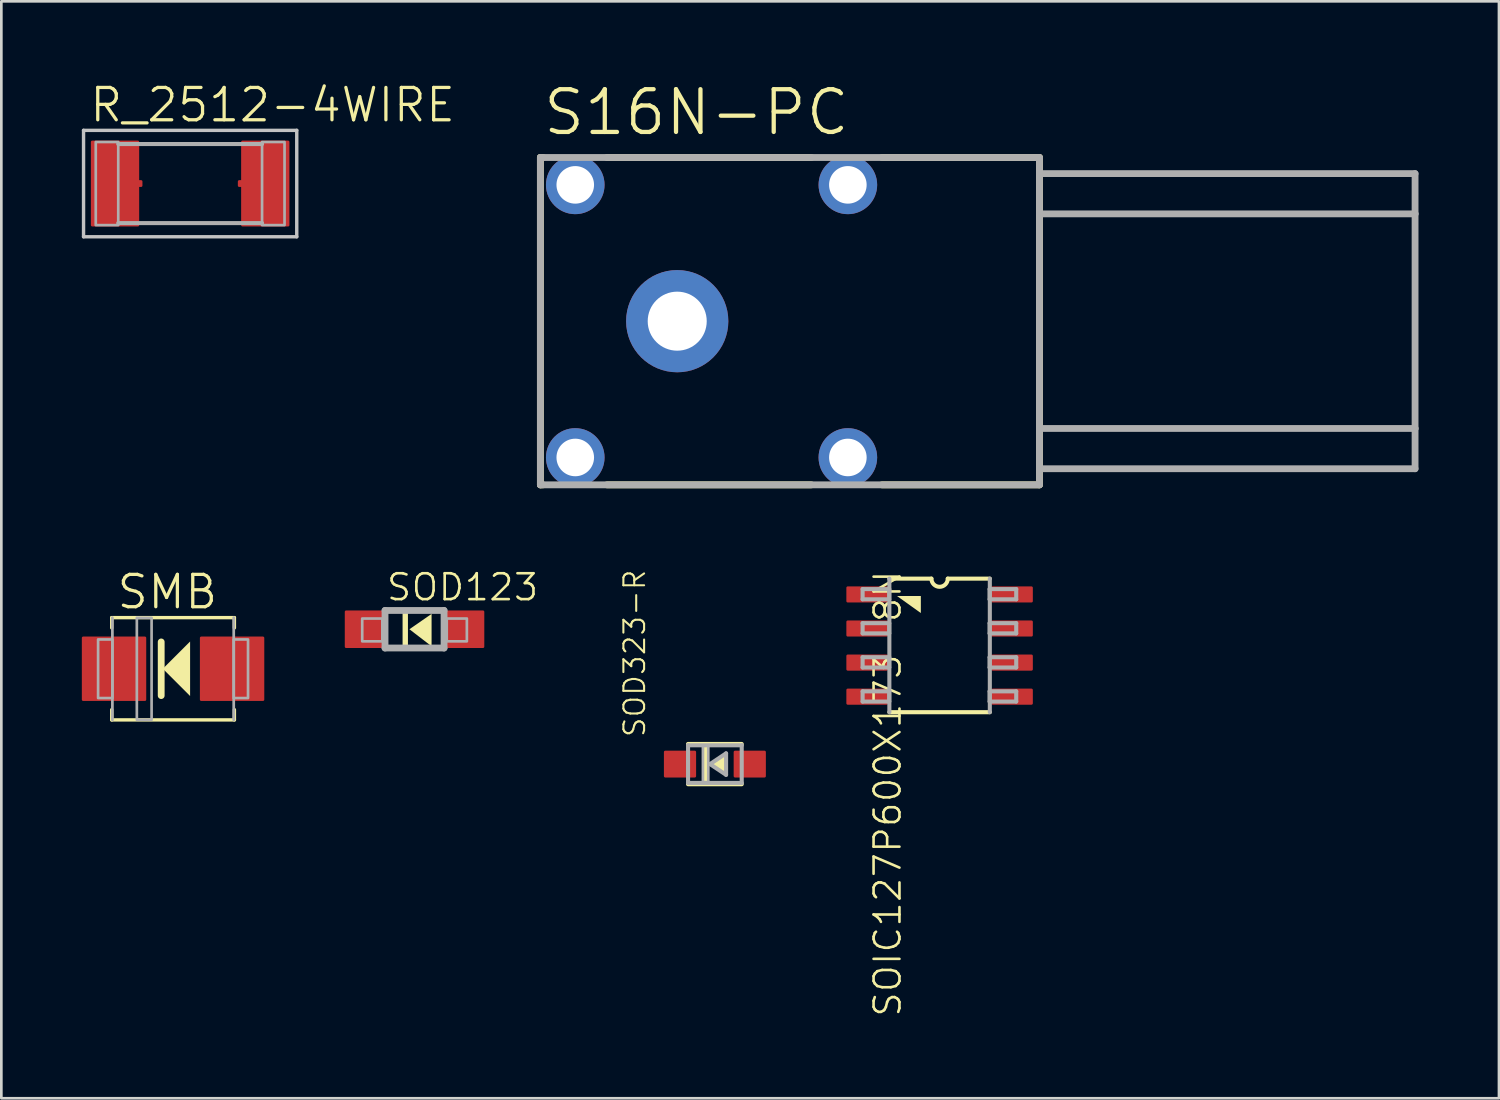
<source format=kicad_pcb>
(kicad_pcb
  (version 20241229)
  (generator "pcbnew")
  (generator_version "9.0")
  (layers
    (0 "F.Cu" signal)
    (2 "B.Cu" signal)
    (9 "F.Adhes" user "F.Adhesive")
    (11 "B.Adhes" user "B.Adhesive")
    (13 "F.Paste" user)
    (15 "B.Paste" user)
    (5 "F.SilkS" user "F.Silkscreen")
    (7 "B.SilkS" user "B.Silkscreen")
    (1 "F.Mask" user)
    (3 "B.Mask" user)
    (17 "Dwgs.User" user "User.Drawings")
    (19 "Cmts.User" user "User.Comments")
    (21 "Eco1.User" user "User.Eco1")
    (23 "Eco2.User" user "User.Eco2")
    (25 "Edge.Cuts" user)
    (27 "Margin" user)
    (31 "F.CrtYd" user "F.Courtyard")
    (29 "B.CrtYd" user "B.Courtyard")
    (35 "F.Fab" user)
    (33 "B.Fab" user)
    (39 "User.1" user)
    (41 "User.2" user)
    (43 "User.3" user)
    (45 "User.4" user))
  (footprint "SMB"
    (layer "F.Cu")
    (at 3.4 21.875)
    (property "Reference" "SMB" (at -2.159 -2.159 180) (layer "F.SilkS") (effects (font (size 1.206 1.206) (thickness 0.121)) (justify left bottom)))
    (attr through_hole)
    (fp_line (start -2.286 -1.905) (end -2.286 -1.524) (stroke (width 0.127) (type solid)) (layer "F.SilkS"))
    (fp_line (start -2.286 -1.905) (end 2.286 -1.905) (stroke (width 0.127) (type solid)) (layer "F.SilkS"))
    (fp_line (start -2.286 1.524) (end -2.286 1.905) (stroke (width 0.127) (type solid)) (layer "F.SilkS"))
    (fp_line (start -2.286 1.905) (end 2.286 1.905) (stroke (width 0.127) (type solid)) (layer "F.SilkS"))
    (fp_line (start -0.442 1) (end -0.442 -1) (stroke (width 0.254) (type solid)) (layer "F.SilkS"))
    (fp_line (start 2.286 -1.905) (end 2.286 -1.524) (stroke (width 0.127) (type solid)) (layer "F.SilkS"))
    (fp_line (start 2.286 1.524) (end 2.286 1.905) (stroke (width 0.127) (type solid)) (layer "F.SilkS"))
    (fp_poly (pts (xy -0.381 0) (xy 0.635 -1.016) (xy 0.635 1.016)) (stroke (width 0) (type solid)) (fill yes) (layer "F.SilkS"))
    (fp_line (start -2.261 1.905) (end -2.261 -1.905) (stroke (width 0.102) (type solid)) (layer "F.Fab"))
    (fp_line (start 2.261 1.905) (end 2.261 -1.905) (stroke (width 0.102) (type solid)) (layer "F.Fab"))
    (fp_poly (pts (xy -2.794 1.092) (xy -2.261 1.092) (xy -2.261 -1.092) (xy -2.794 -1.092)) (stroke (width 0.1) (type solid)) (fill no) (layer "F.Fab"))
    (fp_poly (pts (xy -1.35 1.9) (xy -0.8 1.9) (xy -0.8 -1.9) (xy -1.35 -1.9)) (stroke (width 0.1) (type solid)) (fill no) (layer "F.Fab"))
    (fp_poly (pts (xy 2.261 1.092) (xy 2.794 1.092) (xy 2.794 -1.092) (xy 2.261 -1.092)) (stroke (width 0.1) (type solid)) (fill no) (layer "F.Fab"))
    (pad "A" smd roundrect (at 2.2 0) (size 2.4 2.4) (layers "F.Cu" "F.Mask" "F.Paste") (roundrect_rratio 0.021))
    (pad "C" smd roundrect (at -2.2 0) (size 2.4 2.4) (layers "F.Cu" "F.Mask" "F.Paste") (roundrect_rratio 0.021)))
  (footprint "SOIC127P600X173-8N"
    (layer "F.Cu")
    (at 31.969 21.005)
    (property "Reference" "SOIC127P600X173-8N" (at -2.502 -2.857 270) (layer "F.SilkS") (effects (font (size 0.965 0.965) (thickness 0.097)) (justify right top)))
    (attr through_hole)
    (fp_line (start -1.872 2.489) (end 1.872 2.489) (stroke (width 0.152) (type solid)) (layer "F.SilkS"))
    (fp_line (start -0.305 -2.489) (end -1.872 -2.489) (stroke (width 0.152) (type solid)) (layer "F.SilkS"))
    (fp_line (start 1.872 -2.489) (end 0.305 -2.489) (stroke (width 0.152) (type solid)) (layer "F.SilkS"))
    (fp_arc (start 0.3048 -2.4892) (mid 0 -2.1844) (end -0.3048 -2.4892) (stroke (width 0.1524) (type solid)) (layer "F.SilkS"))
    (fp_poly (pts (xy -1.587 -1.841) (xy -0.699 -1.841) (xy -0.699 -1.206)) (stroke (width 0) (type solid)) (fill yes) (layer "F.SilkS"))
    (fp_line (start -2.869 -2.099) (end -2.869 -1.718) (stroke (width 0.152) (type solid)) (layer "F.Fab"))
    (fp_line (start -2.869 -1.718) (end -1.878 -1.718) (stroke (width 0.152) (type solid)) (layer "F.Fab"))
    (fp_line (start -2.869 -0.829) (end -2.869 -0.448) (stroke (width 0.152) (type solid)) (layer "F.Fab"))
    (fp_line (start -2.869 -0.448) (end -1.878 -0.448) (stroke (width 0.152) (type solid)) (layer "F.Fab"))
    (fp_line (start -2.869 0.441) (end -2.869 0.822) (stroke (width 0.152) (type solid)) (layer "F.Fab"))
    (fp_line (start -2.869 0.822) (end -1.878 0.822) (stroke (width 0.152) (type solid)) (layer "F.Fab"))
    (fp_line (start -2.869 1.711) (end -2.869 2.092) (stroke (width 0.152) (type solid)) (layer "F.Fab"))
    (fp_line (start -2.869 2.092) (end -1.878 2.092) (stroke (width 0.152) (type solid)) (layer "F.Fab"))
    (fp_line (start -1.878 -2.099) (end -2.869 -2.099) (stroke (width 0.152) (type solid)) (layer "F.Fab"))
    (fp_line (start -1.878 -1.718) (end -1.878 -2.099) (stroke (width 0.152) (type solid)) (layer "F.Fab"))
    (fp_line (start -1.878 -0.829) (end -2.869 -0.829) (stroke (width 0.152) (type solid)) (layer "F.Fab"))
    (fp_line (start -1.878 -0.448) (end -1.878 -0.829) (stroke (width 0.152) (type solid)) (layer "F.Fab"))
    (fp_line (start -1.878 0.441) (end -2.869 0.441) (stroke (width 0.152) (type solid)) (layer "F.Fab"))
    (fp_line (start -1.878 0.822) (end -1.878 0.441) (stroke (width 0.152) (type solid)) (layer "F.Fab"))
    (fp_line (start -1.878 1.711) (end -2.869 1.711) (stroke (width 0.152) (type solid)) (layer "F.Fab"))
    (fp_line (start -1.878 2.092) (end -1.878 1.711) (stroke (width 0.152) (type solid)) (layer "F.Fab"))
    (fp_line (start -1.872 2.489) (end -1.872 -2.489) (stroke (width 0.152) (type solid)) (layer "F.Fab"))
    (fp_line (start 1.865 -2.099) (end 1.865 -1.718) (stroke (width 0.152) (type solid)) (layer "F.Fab"))
    (fp_line (start 1.865 -1.718) (end 2.856 -1.718) (stroke (width 0.152) (type solid)) (layer "F.Fab"))
    (fp_line (start 1.865 -0.829) (end 1.865 -0.448) (stroke (width 0.152) (type solid)) (layer "F.Fab"))
    (fp_line (start 1.865 -0.448) (end 2.856 -0.448) (stroke (width 0.152) (type solid)) (layer "F.Fab"))
    (fp_line (start 1.865 0.441) (end 1.865 0.822) (stroke (width 0.152) (type solid)) (layer "F.Fab"))
    (fp_line (start 1.865 0.822) (end 2.856 0.822) (stroke (width 0.152) (type solid)) (layer "F.Fab"))
    (fp_line (start 1.865 1.711) (end 1.865 2.092) (stroke (width 0.152) (type solid)) (layer "F.Fab"))
    (fp_line (start 1.865 2.092) (end 2.856 2.092) (stroke (width 0.152) (type solid)) (layer "F.Fab"))
    (fp_line (start 1.872 2.489) (end 1.872 -2.489) (stroke (width 0.152) (type solid)) (layer "F.Fab"))
    (fp_line (start 2.856 -2.099) (end 1.865 -2.099) (stroke (width 0.152) (type solid)) (layer "F.Fab"))
    (fp_line (start 2.856 -1.718) (end 2.856 -2.099) (stroke (width 0.152) (type solid)) (layer "F.Fab"))
    (fp_line (start 2.856 -0.829) (end 1.865 -0.829) (stroke (width 0.152) (type solid)) (layer "F.Fab"))
    (fp_line (start 2.856 -0.448) (end 2.856 -0.829) (stroke (width 0.152) (type solid)) (layer "F.Fab"))
    (fp_line (start 2.856 0.441) (end 1.865 0.441) (stroke (width 0.152) (type solid)) (layer "F.Fab"))
    (fp_line (start 2.856 0.822) (end 2.856 0.441) (stroke (width 0.152) (type solid)) (layer "F.Fab"))
    (fp_line (start 2.856 1.711) (end 1.865 1.711) (stroke (width 0.152) (type solid)) (layer "F.Fab"))
    (fp_line (start 2.856 2.092) (end 2.856 1.711) (stroke (width 0.152) (type solid)) (layer "F.Fab"))
    (pad "1" smd roundrect (at -2.7 -1.9) (size 1.55 0.6) (layers "F.Cu" "F.Mask" "F.Paste") (roundrect_rratio 0.085))
    (pad "2" smd roundrect (at -2.7 -0.63) (size 1.55 0.6) (layers "F.Cu" "F.Mask" "F.Paste") (roundrect_rratio 0.085))
    (pad "3" smd roundrect (at -2.7 0.64) (size 1.55 0.6) (layers "F.Cu" "F.Mask" "F.Paste") (roundrect_rratio 0.085))
    (pad "4" smd roundrect (at -2.7 1.91) (size 1.55 0.6) (layers "F.Cu" "F.Mask" "F.Paste") (roundrect_rratio 0.085))
    (pad "5" smd roundrect (at 2.7 1.91) (size 1.55 0.6) (layers "F.Cu" "F.Mask" "F.Paste") (roundrect_rratio 0.085))
    (pad "6" smd roundrect (at 2.7 0.64) (size 1.55 0.6) (layers "F.Cu" "F.Mask" "F.Paste") (roundrect_rratio 0.085))
    (pad "7" smd roundrect (at 2.7 -0.63) (size 1.55 0.6) (layers "F.Cu" "F.Mask" "F.Paste") (roundrect_rratio 0.085))
    (pad "8" smd roundrect (at 2.7 -1.9) (size 1.55 0.6) (layers "F.Cu" "F.Mask" "F.Paste") (roundrect_rratio 0.085)))
  (footprint "R_2512-4WIRE"
    (layer "F.Cu")
    (at 4.037 3.791)
    (property "Reference" "R_2512-4WIRE" (at -3.81 -2.223 180) (layer "F.SilkS") (effects (font (size 1.206 1.206) (thickness 0.121)) (justify left bottom)))
    (attr through_hole)
    (fp_line (start -3.973 -1.983) (end 3.973 -1.983) (stroke (width 0.127) (type solid)) (layer "Dwgs.User"))
    (fp_line (start -3.973 1.983) (end -3.973 -1.983) (stroke (width 0.127) (type solid)) (layer "Dwgs.User"))
    (fp_line (start 3.973 -1.983) (end 3.973 1.983) (stroke (width 0.127) (type solid)) (layer "Dwgs.User"))
    (fp_line (start 3.973 1.983) (end -3.973 1.983) (stroke (width 0.127) (type solid)) (layer "Dwgs.User"))
    (fp_line (start -2.68 -1.473) (end 2.68 -1.473) (stroke (width 0.152) (type solid)) (layer "F.Fab"))
    (fp_line (start -2.68 1.473) (end 2.68 1.473) (stroke (width 0.152) (type solid)) (layer "F.Fab"))
    (fp_poly (pts (xy -3.518 1.549) (xy -2.68 1.549) (xy -2.68 -1.549) (xy -3.518 -1.549)) (stroke (width 0.1) (type solid)) (fill no) (layer "F.Fab"))
    (fp_poly (pts (xy 2.68 1.549) (xy 3.518 1.549) (xy 3.518 -1.549) (xy 2.68 -1.549)) (stroke (width 0.1) (type solid)) (fill no) (layer "F.Fab"))
    (pad "1" smd roundrect (at -2.8 0) (size 1.8 3.2) (layers "F.Cu" "F.Mask" "F.Paste") (roundrect_rratio 0.028))
    (pad "1S" smd roundrect (at -2.413 0) (size 1.27 0.254) (layers "F.Cu" "F.Mask") (roundrect_rratio 0.2))
    (pad "2" smd roundrect (at 2.8 0) (size 1.8 3.2) (layers "F.Cu" "F.Mask" "F.Paste") (roundrect_rratio 0.028))
    (pad "2S" smd roundrect (at 2.413 0 180) (size 1.27 0.254) (layers "F.Cu" "F.Mask") (roundrect_rratio 0.2)))
  (footprint "SOD123"
    (layer "F.Cu")
    (at 12.4 20.402)
    (property "Reference" "SOD123" (at -1.1 -1 0) (layer "F.SilkS") (effects (font (size 0.965 0.965) (thickness 0.097)) (justify left bottom)))
    (attr through_hole)
    (fp_poly (pts (xy -0.191 0) (xy 0.635 -0.572) (xy 0.635 0.635)) (stroke (width 0) (type solid)) (fill yes) (layer "F.SilkS"))
    (fp_poly (pts (xy -0.446 0.7) (xy -0.246 0.7) (xy -0.246 -0.7) (xy -0.446 -0.7)) (stroke (width 0) (type solid)) (fill yes) (layer "F.SilkS"))
    (fp_line (start -1.1 -0.7) (end 1.1 -0.7) (stroke (width 0.254) (type solid)) (layer "F.Fab"))
    (fp_line (start -1.1 0.7) (end -1.1 -0.7) (stroke (width 0.254) (type solid)) (layer "F.Fab"))
    (fp_line (start 1.1 -0.7) (end 1.1 0.7) (stroke (width 0.254) (type solid)) (layer "F.Fab"))
    (fp_line (start 1.1 0.7) (end -1.1 0.7) (stroke (width 0.254) (type solid)) (layer "F.Fab"))
    (fp_poly (pts (xy -1.95 0.45) (xy -1.2 0.45) (xy -1.2 -0.4) (xy -1.95 -0.4)) (stroke (width 0.1) (type solid)) (fill no) (layer "F.Fab"))
    (fp_poly (pts (xy 1.2 0.45) (xy 1.95 0.45) (xy 1.95 -0.4) (xy 1.2 -0.4)) (stroke (width 0.1) (type solid)) (fill no) (layer "F.Fab"))
    (pad "A" smd roundrect (at 1.9 0) (size 1.4 1.4) (layers "F.Cu" "F.Mask" "F.Paste") (roundrect_rratio 0.036))
    (pad "C" smd roundrect (at -1.9 0) (size 1.4 1.4) (layers "F.Cu" "F.Mask" "F.Paste") (roundrect_rratio 0.036)))
  (footprint "S16N-PC"
    (layer "F.Cu")
    (at 22.19 8.92)
    (property "Reference" "S16N-PC" (at -5.08 -6.85 180) (layer "F.SilkS") (effects (font (size 1.593 1.593) (thickness 0.159)) (justify left bottom)))
    (attr through_hole)
    (fp_line (start -5.1 -6.1) (end -5 -6.1) (stroke (width 0.254) (type solid)) (layer "F.SilkS"))
    (fp_line (start -5.1 6.1) (end -5.1 -6.1) (stroke (width 0.254) (type solid)) (layer "F.SilkS"))
    (fp_line (start -5.1 6.1) (end -5 6.1) (stroke (width 0.254) (type solid)) (layer "F.SilkS"))
    (fp_line (start -2.62 -6.1) (end 5 -6.1) (stroke (width 0.254) (type solid)) (layer "F.SilkS"))
    (fp_line (start -2.62 6.1) (end 5 6.1) (stroke (width 0.254) (type solid)) (layer "F.SilkS"))
    (fp_line (start 7.63 -6.1) (end 13.5 -6.1) (stroke (width 0.254) (type solid)) (layer "F.SilkS"))
    (fp_line (start 7.63 6.1) (end 13.5 6.1) (stroke (width 0.254) (type solid)) (layer "F.SilkS"))
    (fp_line (start 13.5 6.1) (end 13.5 -6.1) (stroke (width 0.254) (type solid)) (layer "F.SilkS"))
    (fp_line (start -5.1 -6.1) (end 13.5 -6.1) (stroke (width 0.254) (type solid)) (layer "F.Fab"))
    (fp_line (start -5.1 6.1) (end -5.1 -6.1) (stroke (width 0.254) (type solid)) (layer "F.Fab"))
    (fp_line (start -5.1 6.1) (end 13.5 6.1) (stroke (width 0.254) (type solid)) (layer "F.Fab"))
    (fp_line (start 13.5 6.1) (end 13.5 -6.1) (stroke (width 0.254) (type solid)) (layer "F.Fab"))
    (fp_line (start 27.5 -5.5) (end 13.5 -5.5) (stroke (width 0.254) (type solid)) (layer "F.Fab"))
    (fp_line (start 27.5 -5.5) (end 27.5 -4) (stroke (width 0.254) (type solid)) (layer "F.Fab"))
    (fp_line (start 27.5 -4) (end 13.5 -4) (stroke (width 0.254) (type solid)) (layer "F.Fab"))
    (fp_line (start 27.5 -4) (end 27.5 4) (stroke (width 0.254) (type solid)) (layer "F.Fab"))
    (fp_line (start 27.5 4) (end 13.5 4) (stroke (width 0.254) (type solid)) (layer "F.Fab"))
    (fp_line (start 27.5 4) (end 27.5 5.5) (stroke (width 0.254) (type solid)) (layer "F.Fab"))
    (fp_line (start 27.5 5.5) (end 13.5 5.5) (stroke (width 0.254) (type solid)) (layer "F.Fab"))
    (pad "1" thru_hole circle (at 0 0) (size 3.81 3.81) (drill 2.2) (layers "*.Cu" "*.Mask"))
    (pad "NC1" thru_hole circle (at -3.8 -5.08) (size 2.184 2.184) (drill 1.4) (layers "*.Cu" "*.Mask"))
    (pad "NC2" thru_hole circle (at -3.8 5.08) (size 2.184 2.184) (drill 1.4) (layers "*.Cu" "*.Mask"))
    (pad "NC3" thru_hole circle (at 6.36 -5.08) (size 2.184 2.184) (drill 1.4) (layers "*.Cu" "*.Mask"))
    (pad "NC4" thru_hole circle (at 6.36 5.08) (size 2.184 2.184) (drill 1.4) (layers "*.Cu" "*.Mask")))
  (footprint "SOD323-R"
    (layer "F.Cu")
    (at 23.594 25.428)
    (property "Reference" "SOD323-R" (at -2.54 -0.953 270) (layer "F.SilkS") (effects (font (size 0.772 0.772) (thickness 0.077)) (justify left bottom)))
    (attr through_hole)
    (fp_line (start -1 -0.75) (end 1 -0.75) (stroke (width 0.152) (type solid)) (layer "F.SilkS"))
    (fp_line (start 1 0.75) (end -1 0.75) (stroke (width 0.152) (type solid)) (layer "F.SilkS"))
    (fp_poly (pts (xy -0.191 0) (xy 0.381 -0.381) (xy 0.381 0.381)) (stroke (width 0) (type solid)) (fill yes) (layer "F.SilkS"))
    (fp_poly (pts (xy -0.446 0.7) (xy -0.246 0.7) (xy -0.246 -0.7) (xy -0.446 -0.7)) (stroke (width 0) (type solid)) (fill yes) (layer "F.SilkS"))
    (fp_line (start -1 -0.7) (end 1 -0.7) (stroke (width 0.152) (type solid)) (layer "F.Fab"))
    (fp_line (start -1 0.7) (end -1 -0.7) (stroke (width 0.152) (type solid)) (layer "F.Fab"))
    (fp_line (start -0.182 0) (end 0.417 -0.4) (stroke (width 0.152) (type solid)) (layer "F.Fab"))
    (fp_line (start 0.417 -0.4) (end 0.417 0.4) (stroke (width 0.152) (type solid)) (layer "F.Fab"))
    (fp_line (start 0.417 0.4) (end -0.182 0) (stroke (width 0.152) (type solid)) (layer "F.Fab"))
    (fp_line (start 1 -0.7) (end 1 0.7) (stroke (width 0.152) (type solid)) (layer "F.Fab"))
    (fp_line (start 1 0.7) (end -1 0.7) (stroke (width 0.152) (type solid)) (layer "F.Fab"))
    (fp_poly (pts (xy -0.446 0.7) (xy -0.246 0.7) (xy -0.246 -0.7) (xy -0.446 -0.7)) (stroke (width 0.1) (type solid)) (fill no) (layer "F.Fab"))
    (pad "A" smd roundrect (at 1.3 0) (size 1.2 1) (layers "F.Cu" "F.Mask" "F.Paste") (roundrect_rratio 0.051))
    (pad "C" smd roundrect (at -1.3 0) (size 1.2 1) (layers "F.Cu" "F.Mask" "F.Paste") (roundrect_rratio 0.051)))
  (gr_rect
    (start -3 -3)
    (end 52.817 37.882)
    (stroke (width 0.1) (type default))
    (fill no)
    (layer "Edge.Cuts")))
</source>
